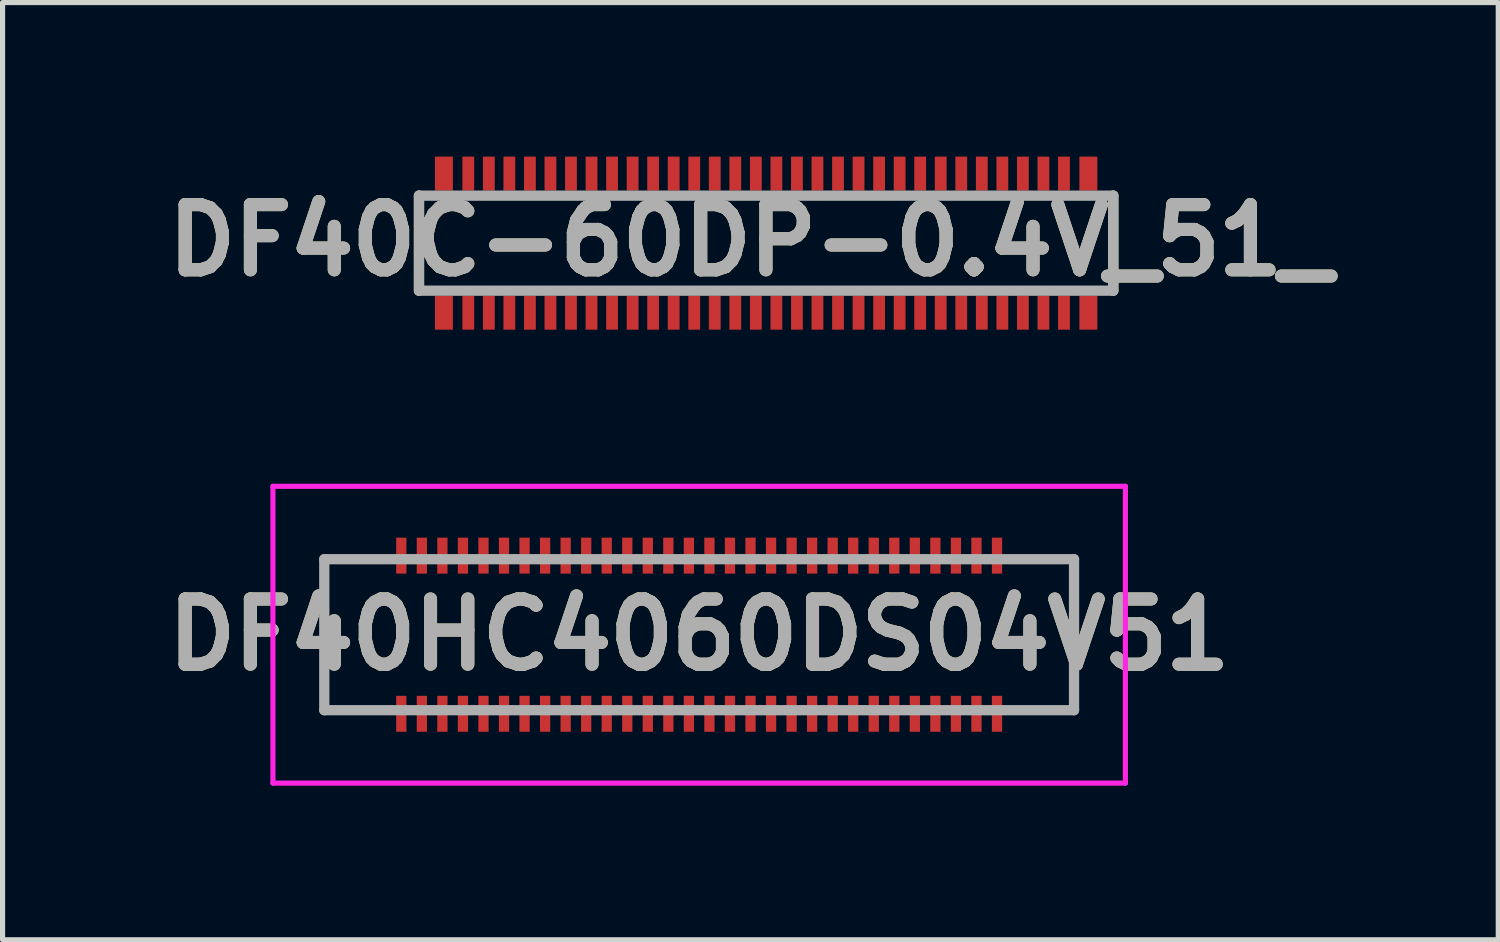
<source format=kicad_pcb>
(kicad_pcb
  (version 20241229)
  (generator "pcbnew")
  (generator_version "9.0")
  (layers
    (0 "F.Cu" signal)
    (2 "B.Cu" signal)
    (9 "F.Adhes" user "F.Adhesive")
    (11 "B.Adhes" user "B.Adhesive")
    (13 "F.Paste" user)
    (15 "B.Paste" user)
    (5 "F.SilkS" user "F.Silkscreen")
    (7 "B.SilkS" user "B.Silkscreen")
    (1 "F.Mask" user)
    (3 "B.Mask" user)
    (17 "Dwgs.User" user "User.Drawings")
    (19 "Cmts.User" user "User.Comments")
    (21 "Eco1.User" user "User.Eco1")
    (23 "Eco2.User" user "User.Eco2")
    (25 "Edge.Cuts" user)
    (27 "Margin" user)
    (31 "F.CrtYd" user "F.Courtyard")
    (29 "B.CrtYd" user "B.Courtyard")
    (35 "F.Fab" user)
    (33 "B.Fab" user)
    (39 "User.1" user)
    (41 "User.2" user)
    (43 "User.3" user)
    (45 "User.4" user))
  (footprint "DF40HC4060DS04V51"
    (layer "F.Cu")
    (at 10.565 9.31)
    (property "Reference" "DF40HC4060DS04V51" (at 0 0 0) (layer "F.SilkS") (effects (font (size 1.27 1.27) (thickness 0.254))))
    (attr smd)
    (fp_line (start -7.3 -1.47) (end -7.3 1.5) (stroke (width 0.1) (type solid)) (layer "F.SilkS"))
    (fp_line (start -7.3 1.5) (end -6.5 1.47) (stroke (width 0.1) (type solid)) (layer "F.SilkS"))
    (fp_line (start -6.5 -1.5) (end -7.3 -1.47) (stroke (width 0.1) (type solid)) (layer "F.SilkS"))
    (fp_line (start 6.5 -1.47) (end 7.3 -1.47) (stroke (width 0.1) (type solid)) (layer "F.SilkS"))
    (fp_line (start 7.3 -1.47) (end 7.3 1.47) (stroke (width 0.1) (type solid)) (layer "F.SilkS"))
    (fp_line (start 7.3 1.47) (end 6.5 1.47) (stroke (width 0.1) (type solid)) (layer "F.SilkS"))
    (fp_line (start -8.3 -2.89) (end 8.3 -2.89) (stroke (width 0.1) (type solid)) (layer "F.CrtYd"))
    (fp_line (start -8.3 2.89) (end -8.3 -2.89) (stroke (width 0.1) (type solid)) (layer "F.CrtYd"))
    (fp_line (start 8.3 -2.89) (end 8.3 2.89) (stroke (width 0.1) (type solid)) (layer "F.CrtYd"))
    (fp_line (start 8.3 2.89) (end -8.3 2.89) (stroke (width 0.1) (type solid)) (layer "F.CrtYd"))
    (fp_line (start -7.3 -1.47) (end 7.3 -1.47) (stroke (width 0.2) (type solid)) (layer "F.Fab"))
    (fp_line (start -7.3 1.47) (end -7.3 -1.47) (stroke (width 0.2) (type solid)) (layer "F.Fab"))
    (fp_line (start 7.3 -1.47) (end 7.3 1.47) (stroke (width 0.2) (type solid)) (layer "F.Fab"))
    (fp_line (start 7.3 1.47) (end -7.3 1.47) (stroke (width 0.2) (type solid)) (layer "F.Fab"))
    (fp_text user "${REFERENCE}" (at 0 0 0) (layer "F.Fab") (effects (font (size 1.27 1.27) (thickness 0.254))))
    (pad "1" smd rect (at -5.8 1.54) (size 0.2 0.7) (layers "F.Cu" "F.Mask" "F.Paste"))
    (pad "2" smd rect (at -5.8 -1.54) (size 0.2 0.7) (layers "F.Cu" "F.Mask" "F.Paste"))
    (pad "3" smd rect (at -5.4 1.54) (size 0.2 0.7) (layers "F.Cu" "F.Mask" "F.Paste"))
    (pad "4" smd rect (at -5.4 -1.54) (size 0.2 0.7) (layers "F.Cu" "F.Mask" "F.Paste"))
    (pad "5" smd rect (at -5 1.54) (size 0.2 0.7) (layers "F.Cu" "F.Mask" "F.Paste"))
    (pad "6" smd rect (at -5 -1.54) (size 0.2 0.7) (layers "F.Cu" "F.Mask" "F.Paste"))
    (pad "7" smd rect (at -4.6 1.54) (size 0.2 0.7) (layers "F.Cu" "F.Mask" "F.Paste"))
    (pad "8" smd rect (at -4.6 -1.54) (size 0.2 0.7) (layers "F.Cu" "F.Mask" "F.Paste"))
    (pad "9" smd rect (at -4.2 1.54) (size 0.2 0.7) (layers "F.Cu" "F.Mask" "F.Paste"))
    (pad "10" smd rect (at -4.2 -1.54) (size 0.2 0.7) (layers "F.Cu" "F.Mask" "F.Paste"))
    (pad "11" smd rect (at -3.8 1.54) (size 0.2 0.7) (layers "F.Cu" "F.Mask" "F.Paste"))
    (pad "12" smd rect (at -3.8 -1.54) (size 0.2 0.7) (layers "F.Cu" "F.Mask" "F.Paste"))
    (pad "13" smd rect (at -3.4 1.54) (size 0.2 0.7) (layers "F.Cu" "F.Mask" "F.Paste"))
    (pad "14" smd rect (at -3.4 -1.54) (size 0.2 0.7) (layers "F.Cu" "F.Mask" "F.Paste"))
    (pad "15" smd rect (at -3 1.54) (size 0.2 0.7) (layers "F.Cu" "F.Mask" "F.Paste"))
    (pad "16" smd rect (at -3 -1.54) (size 0.2 0.7) (layers "F.Cu" "F.Mask" "F.Paste"))
    (pad "17" smd rect (at -2.6 1.54) (size 0.2 0.7) (layers "F.Cu" "F.Mask" "F.Paste"))
    (pad "18" smd rect (at -2.6 -1.54) (size 0.2 0.7) (layers "F.Cu" "F.Mask" "F.Paste"))
    (pad "19" smd rect (at -2.2 1.54) (size 0.2 0.7) (layers "F.Cu" "F.Mask" "F.Paste"))
    (pad "20" smd rect (at -2.2 -1.54) (size 0.2 0.7) (layers "F.Cu" "F.Mask" "F.Paste"))
    (pad "21" smd rect (at -1.8 1.54) (size 0.2 0.7) (layers "F.Cu" "F.Mask" "F.Paste"))
    (pad "22" smd rect (at -1.8 -1.54) (size 0.2 0.7) (layers "F.Cu" "F.Mask" "F.Paste"))
    (pad "23" smd rect (at -1.4 1.54) (size 0.2 0.7) (layers "F.Cu" "F.Mask" "F.Paste"))
    (pad "24" smd rect (at -1.4 -1.54) (size 0.2 0.7) (layers "F.Cu" "F.Mask" "F.Paste"))
    (pad "25" smd rect (at -1 1.54) (size 0.2 0.7) (layers "F.Cu" "F.Mask" "F.Paste"))
    (pad "26" smd rect (at -1 -1.54) (size 0.2 0.7) (layers "F.Cu" "F.Mask" "F.Paste"))
    (pad "27" smd rect (at -0.6 1.54) (size 0.2 0.7) (layers "F.Cu" "F.Mask" "F.Paste"))
    (pad "28" smd rect (at -0.6 -1.54) (size 0.2 0.7) (layers "F.Cu" "F.Mask" "F.Paste"))
    (pad "29" smd rect (at -0.2 1.54) (size 0.2 0.7) (layers "F.Cu" "F.Mask" "F.Paste"))
    (pad "30" smd rect (at -0.2 -1.54) (size 0.2 0.7) (layers "F.Cu" "F.Mask" "F.Paste"))
    (pad "31" smd rect (at 0.2 1.54) (size 0.2 0.7) (layers "F.Cu" "F.Mask" "F.Paste"))
    (pad "32" smd rect (at 0.2 -1.54) (size 0.2 0.7) (layers "F.Cu" "F.Mask" "F.Paste"))
    (pad "33" smd rect (at 0.6 1.54) (size 0.2 0.7) (layers "F.Cu" "F.Mask" "F.Paste"))
    (pad "34" smd rect (at 0.6 -1.54) (size 0.2 0.7) (layers "F.Cu" "F.Mask" "F.Paste"))
    (pad "35" smd rect (at 1 1.54) (size 0.2 0.7) (layers "F.Cu" "F.Mask" "F.Paste"))
    (pad "36" smd rect (at 1 -1.54) (size 0.2 0.7) (layers "F.Cu" "F.Mask" "F.Paste"))
    (pad "37" smd rect (at 1.4 1.54) (size 0.2 0.7) (layers "F.Cu" "F.Mask" "F.Paste"))
    (pad "38" smd rect (at 1.4 -1.54) (size 0.2 0.7) (layers "F.Cu" "F.Mask" "F.Paste"))
    (pad "39" smd rect (at 1.8 1.54) (size 0.2 0.7) (layers "F.Cu" "F.Mask" "F.Paste"))
    (pad "40" smd rect (at 1.8 -1.54) (size 0.2 0.7) (layers "F.Cu" "F.Mask" "F.Paste"))
    (pad "41" smd rect (at 2.2 1.54) (size 0.2 0.7) (layers "F.Cu" "F.Mask" "F.Paste"))
    (pad "42" smd rect (at 2.2 -1.54) (size 0.2 0.7) (layers "F.Cu" "F.Mask" "F.Paste"))
    (pad "43" smd rect (at 2.6 1.54) (size 0.2 0.7) (layers "F.Cu" "F.Mask" "F.Paste"))
    (pad "44" smd rect (at 2.6 -1.54) (size 0.2 0.7) (layers "F.Cu" "F.Mask" "F.Paste"))
    (pad "45" smd rect (at 3 1.54) (size 0.2 0.7) (layers "F.Cu" "F.Mask" "F.Paste"))
    (pad "46" smd rect (at 3 -1.54) (size 0.2 0.7) (layers "F.Cu" "F.Mask" "F.Paste"))
    (pad "47" smd rect (at 3.4 1.54) (size 0.2 0.7) (layers "F.Cu" "F.Mask" "F.Paste"))
    (pad "48" smd rect (at 3.4 -1.54) (size 0.2 0.7) (layers "F.Cu" "F.Mask" "F.Paste"))
    (pad "49" smd rect (at 3.8 1.54) (size 0.2 0.7) (layers "F.Cu" "F.Mask" "F.Paste"))
    (pad "50" smd rect (at 3.8 -1.54) (size 0.2 0.7) (layers "F.Cu" "F.Mask" "F.Paste"))
    (pad "51" smd rect (at 4.2 1.54) (size 0.2 0.7) (layers "F.Cu" "F.Mask" "F.Paste"))
    (pad "52" smd rect (at 4.2 -1.54) (size 0.2 0.7) (layers "F.Cu" "F.Mask" "F.Paste"))
    (pad "53" smd rect (at 4.6 1.54) (size 0.2 0.7) (layers "F.Cu" "F.Mask" "F.Paste"))
    (pad "54" smd rect (at 4.6 -1.54) (size 0.2 0.7) (layers "F.Cu" "F.Mask" "F.Paste"))
    (pad "55" smd rect (at 5 1.54) (size 0.2 0.7) (layers "F.Cu" "F.Mask" "F.Paste"))
    (pad "56" smd rect (at 5 -1.54) (size 0.2 0.7) (layers "F.Cu" "F.Mask" "F.Paste"))
    (pad "57" smd rect (at 5.4 1.54) (size 0.2 0.7) (layers "F.Cu" "F.Mask" "F.Paste"))
    (pad "58" smd rect (at 5.4 -1.54) (size 0.2 0.7) (layers "F.Cu" "F.Mask" "F.Paste"))
    (pad "59" smd rect (at 5.8 1.54) (size 0.2 0.7) (layers "F.Cu" "F.Mask" "F.Paste"))
    (pad "60" smd rect (at 5.8 -1.54) (size 0.2 0.7) (layers "F.Cu" "F.Mask" "F.Paste")))
  (footprint "DF40C-60DP-0.4V_51_"
    (layer "F.Cu")
    (at 11.869 1.685)
    (property "Reference" "DF40C-60DP-0.4V_51_" (at -0.306 -0.055 0) (layer "F.SilkS") (effects (font (size 1.27 1.27) (thickness 0.254))))
    (attr smd)
    (fp_line (start -6.76 0.925) (end -6.76 -0.925) (stroke (width 0.2) (type solid)) (layer "F.SilkS"))
    (fp_line (start 6.76 -0.925) (end 6.76 0.925) (stroke (width 0.2) (type solid)) (layer "F.SilkS"))
    (fp_line (start -6.76 -0.925) (end 6.76 -0.925) (stroke (width 0.2) (type solid)) (layer "F.Fab"))
    (fp_line (start -6.76 0.925) (end -6.76 -0.925) (stroke (width 0.2) (type solid)) (layer "F.Fab"))
    (fp_line (start 6.76 -0.925) (end 6.76 0.925) (stroke (width 0.2) (type solid)) (layer "F.Fab"))
    (fp_line (start 6.76 0.925) (end -6.76 0.925) (stroke (width 0.2) (type solid)) (layer "F.Fab"))
    (fp_text user "${REFERENCE}" (at -0.306 -0.055 0) (layer "F.Fab") (effects (font (size 1.27 1.27) (thickness 0.254))))
    (pad "1" smd rect (at -5.8 1.355) (size 0.23 0.66) (layers "F.Cu" "F.Mask" "F.Paste"))
    (pad "2" smd rect (at -5.8 -1.355) (size 0.23 0.66) (layers "F.Cu" "F.Mask" "F.Paste"))
    (pad "3" smd rect (at -5.4 1.355) (size 0.23 0.66) (layers "F.Cu" "F.Mask" "F.Paste"))
    (pad "4" smd rect (at -5.4 -1.355) (size 0.23 0.66) (layers "F.Cu" "F.Mask" "F.Paste"))
    (pad "5" smd rect (at -5 1.355) (size 0.23 0.66) (layers "F.Cu" "F.Mask" "F.Paste"))
    (pad "6" smd rect (at -5 -1.355) (size 0.23 0.66) (layers "F.Cu" "F.Mask" "F.Paste"))
    (pad "7" smd rect (at -4.6 1.355) (size 0.23 0.66) (layers "F.Cu" "F.Mask" "F.Paste"))
    (pad "8" smd rect (at -4.6 -1.355) (size 0.23 0.66) (layers "F.Cu" "F.Mask" "F.Paste"))
    (pad "9" smd rect (at -4.2 1.355) (size 0.23 0.66) (layers "F.Cu" "F.Mask" "F.Paste"))
    (pad "10" smd rect (at -4.2 -1.355) (size 0.23 0.66) (layers "F.Cu" "F.Mask" "F.Paste"))
    (pad "11" smd rect (at -3.8 1.355) (size 0.23 0.66) (layers "F.Cu" "F.Mask" "F.Paste"))
    (pad "12" smd rect (at -3.8 -1.355) (size 0.23 0.66) (layers "F.Cu" "F.Mask" "F.Paste"))
    (pad "13" smd rect (at -3.4 1.355) (size 0.23 0.66) (layers "F.Cu" "F.Mask" "F.Paste"))
    (pad "14" smd rect (at -3.4 -1.355) (size 0.23 0.66) (layers "F.Cu" "F.Mask" "F.Paste"))
    (pad "15" smd rect (at -3 1.355) (size 0.23 0.66) (layers "F.Cu" "F.Mask" "F.Paste"))
    (pad "16" smd rect (at -3 -1.355) (size 0.23 0.66) (layers "F.Cu" "F.Mask" "F.Paste"))
    (pad "17" smd rect (at -2.6 1.355) (size 0.23 0.66) (layers "F.Cu" "F.Mask" "F.Paste"))
    (pad "18" smd rect (at -2.6 -1.355) (size 0.23 0.66) (layers "F.Cu" "F.Mask" "F.Paste"))
    (pad "19" smd rect (at -2.2 1.355) (size 0.23 0.66) (layers "F.Cu" "F.Mask" "F.Paste"))
    (pad "20" smd rect (at -2.2 -1.355) (size 0.23 0.66) (layers "F.Cu" "F.Mask" "F.Paste"))
    (pad "21" smd rect (at -1.8 1.355) (size 0.23 0.66) (layers "F.Cu" "F.Mask" "F.Paste"))
    (pad "22" smd rect (at -1.8 -1.355) (size 0.23 0.66) (layers "F.Cu" "F.Mask" "F.Paste"))
    (pad "23" smd rect (at -1.4 1.355) (size 0.23 0.66) (layers "F.Cu" "F.Mask" "F.Paste"))
    (pad "24" smd rect (at -1.4 -1.355) (size 0.23 0.66) (layers "F.Cu" "F.Mask" "F.Paste"))
    (pad "25" smd rect (at -1 1.355) (size 0.23 0.66) (layers "F.Cu" "F.Mask" "F.Paste"))
    (pad "26" smd rect (at -1 -1.355) (size 0.23 0.66) (layers "F.Cu" "F.Mask" "F.Paste"))
    (pad "27" smd rect (at -0.6 1.355) (size 0.23 0.66) (layers "F.Cu" "F.Mask" "F.Paste"))
    (pad "28" smd rect (at -0.6 -1.355) (size 0.23 0.66) (layers "F.Cu" "F.Mask" "F.Paste"))
    (pad "29" smd rect (at -0.2 1.355) (size 0.23 0.66) (layers "F.Cu" "F.Mask" "F.Paste"))
    (pad "30" smd rect (at -0.2 -1.355) (size 0.23 0.66) (layers "F.Cu" "F.Mask" "F.Paste"))
    (pad "31" smd rect (at 0.2 1.355) (size 0.23 0.66) (layers "F.Cu" "F.Mask" "F.Paste"))
    (pad "32" smd rect (at 0.2 -1.355) (size 0.23 0.66) (layers "F.Cu" "F.Mask" "F.Paste"))
    (pad "33" smd rect (at 0.6 1.355) (size 0.23 0.66) (layers "F.Cu" "F.Mask" "F.Paste"))
    (pad "34" smd rect (at 0.6 -1.355) (size 0.23 0.66) (layers "F.Cu" "F.Mask" "F.Paste"))
    (pad "35" smd rect (at 1 1.355) (size 0.23 0.66) (layers "F.Cu" "F.Mask" "F.Paste"))
    (pad "36" smd rect (at 1 -1.355) (size 0.23 0.66) (layers "F.Cu" "F.Mask" "F.Paste"))
    (pad "37" smd rect (at 1.4 1.355) (size 0.23 0.66) (layers "F.Cu" "F.Mask" "F.Paste"))
    (pad "38" smd rect (at 1.4 -1.355) (size 0.23 0.66) (layers "F.Cu" "F.Mask" "F.Paste"))
    (pad "39" smd rect (at 1.8 1.355) (size 0.23 0.66) (layers "F.Cu" "F.Mask" "F.Paste"))
    (pad "40" smd rect (at 1.8 -1.355) (size 0.23 0.66) (layers "F.Cu" "F.Mask" "F.Paste"))
    (pad "41" smd rect (at 2.2 1.355) (size 0.23 0.66) (layers "F.Cu" "F.Mask" "F.Paste"))
    (pad "42" smd rect (at 2.2 -1.355) (size 0.23 0.66) (layers "F.Cu" "F.Mask" "F.Paste"))
    (pad "43" smd rect (at 2.6 1.355) (size 0.23 0.66) (layers "F.Cu" "F.Mask" "F.Paste"))
    (pad "44" smd rect (at 2.6 -1.355) (size 0.23 0.66) (layers "F.Cu" "F.Mask" "F.Paste"))
    (pad "45" smd rect (at 3 1.355) (size 0.23 0.66) (layers "F.Cu" "F.Mask" "F.Paste"))
    (pad "46" smd rect (at 3 -1.355) (size 0.23 0.66) (layers "F.Cu" "F.Mask" "F.Paste"))
    (pad "47" smd rect (at 3.4 1.355) (size 0.23 0.66) (layers "F.Cu" "F.Mask" "F.Paste"))
    (pad "48" smd rect (at 3.4 -1.355) (size 0.23 0.66) (layers "F.Cu" "F.Mask" "F.Paste"))
    (pad "49" smd rect (at 3.8 1.355) (size 0.23 0.66) (layers "F.Cu" "F.Mask" "F.Paste"))
    (pad "50" smd rect (at 3.8 -1.355) (size 0.23 0.66) (layers "F.Cu" "F.Mask" "F.Paste"))
    (pad "51" smd rect (at 4.2 1.355) (size 0.23 0.66) (layers "F.Cu" "F.Mask" "F.Paste"))
    (pad "52" smd rect (at 4.2 -1.355) (size 0.23 0.66) (layers "F.Cu" "F.Mask" "F.Paste"))
    (pad "53" smd rect (at 4.6 1.355) (size 0.23 0.66) (layers "F.Cu" "F.Mask" "F.Paste"))
    (pad "54" smd rect (at 4.6 -1.355) (size 0.23 0.66) (layers "F.Cu" "F.Mask" "F.Paste"))
    (pad "55" smd rect (at 5 1.355) (size 0.23 0.66) (layers "F.Cu" "F.Mask" "F.Paste"))
    (pad "56" smd rect (at 5 -1.355) (size 0.23 0.66) (layers "F.Cu" "F.Mask" "F.Paste"))
    (pad "57" smd rect (at 5.4 1.355) (size 0.23 0.66) (layers "F.Cu" "F.Mask" "F.Paste"))
    (pad "58" smd rect (at 5.4 -1.355) (size 0.23 0.66) (layers "F.Cu" "F.Mask" "F.Paste"))
    (pad "59" smd rect (at 5.8 1.355) (size 0.23 0.66) (layers "F.Cu" "F.Mask" "F.Paste"))
    (pad "60" smd rect (at 5.8 -1.355) (size 0.23 0.66) (layers "F.Cu" "F.Mask" "F.Paste"))
    (pad "61" smd rect (at -6.275 -1.355) (size 0.35 0.66) (layers "F.Cu" "F.Mask" "F.Paste"))
    (pad "62" smd rect (at -6.275 1.355) (size 0.35 0.66) (layers "F.Cu" "F.Mask" "F.Paste"))
    (pad "63" smd rect (at 6.275 1.355) (size 0.35 0.66) (layers "F.Cu" "F.Mask" "F.Paste"))
    (pad "64" smd rect (at 6.275 -1.355) (size 0.35 0.66) (layers "F.Cu" "F.Mask" "F.Paste")))
  (gr_rect
    (start -3 -3)
    (end 26.126 15.25)
    (stroke (width 0.1) (type default))
    (fill no)
    (layer "Edge.Cuts")))
</source>
